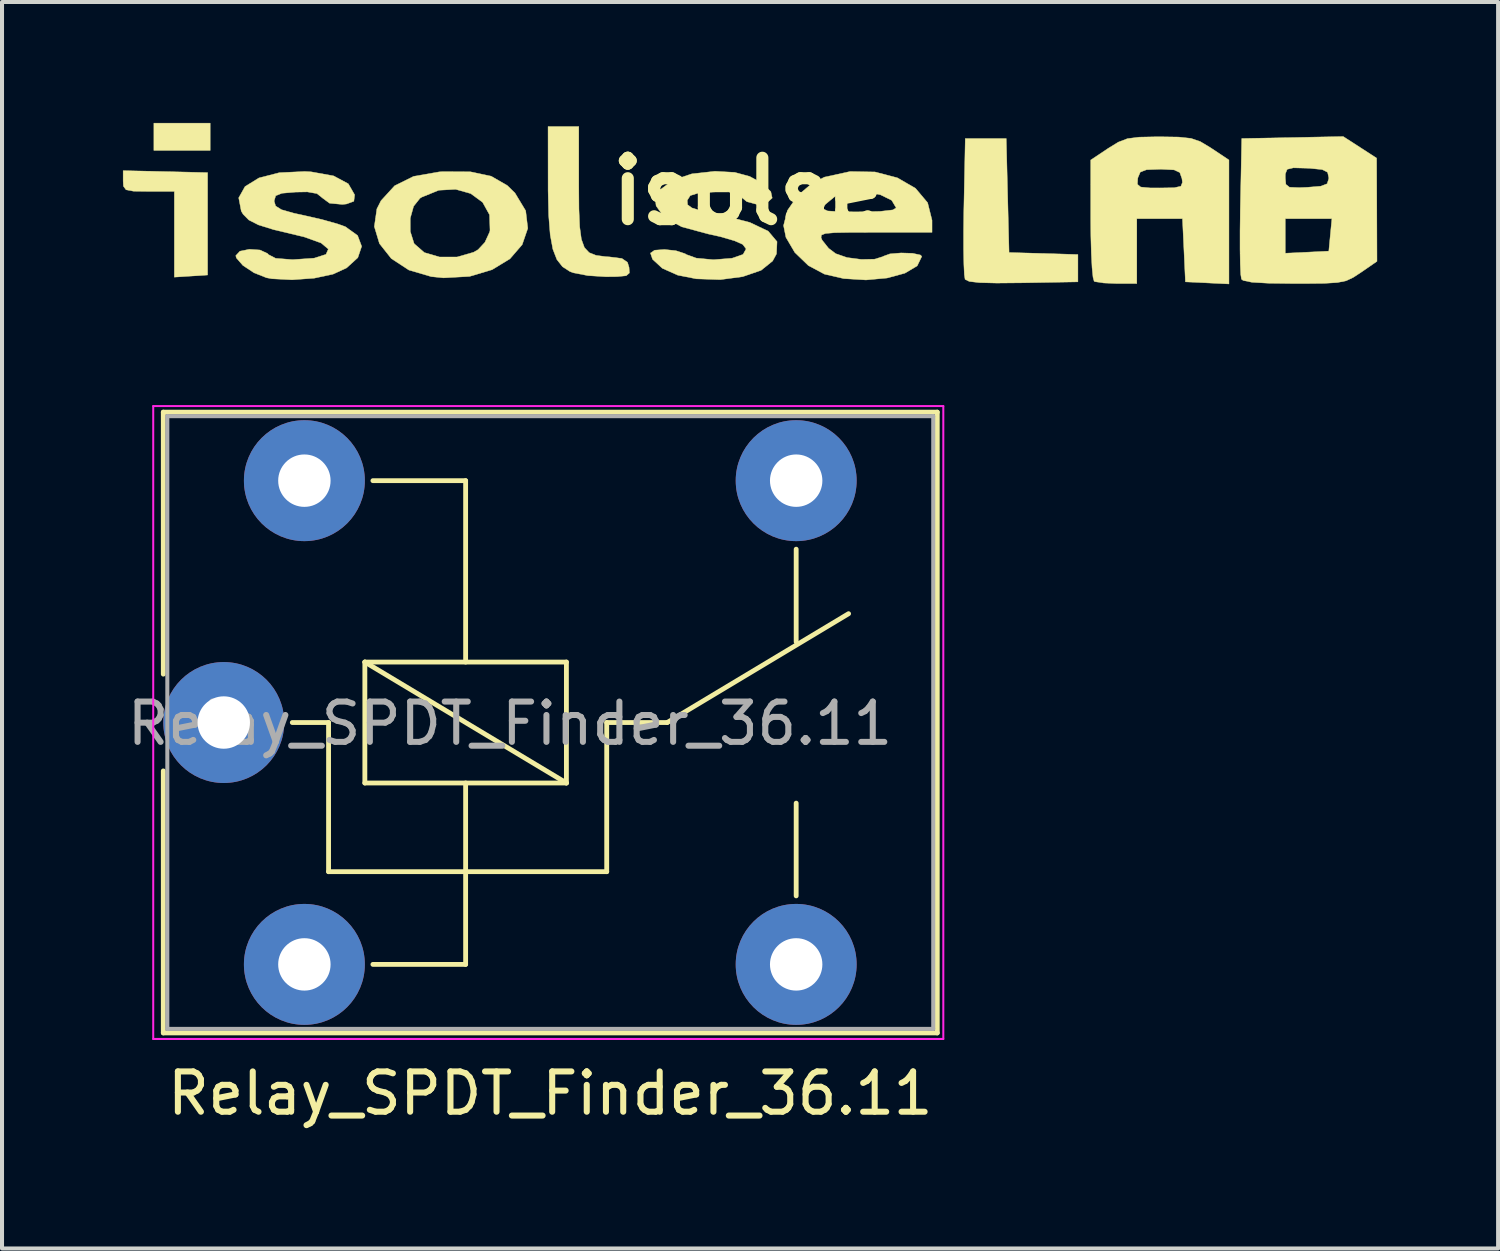
<source format=kicad_pcb>
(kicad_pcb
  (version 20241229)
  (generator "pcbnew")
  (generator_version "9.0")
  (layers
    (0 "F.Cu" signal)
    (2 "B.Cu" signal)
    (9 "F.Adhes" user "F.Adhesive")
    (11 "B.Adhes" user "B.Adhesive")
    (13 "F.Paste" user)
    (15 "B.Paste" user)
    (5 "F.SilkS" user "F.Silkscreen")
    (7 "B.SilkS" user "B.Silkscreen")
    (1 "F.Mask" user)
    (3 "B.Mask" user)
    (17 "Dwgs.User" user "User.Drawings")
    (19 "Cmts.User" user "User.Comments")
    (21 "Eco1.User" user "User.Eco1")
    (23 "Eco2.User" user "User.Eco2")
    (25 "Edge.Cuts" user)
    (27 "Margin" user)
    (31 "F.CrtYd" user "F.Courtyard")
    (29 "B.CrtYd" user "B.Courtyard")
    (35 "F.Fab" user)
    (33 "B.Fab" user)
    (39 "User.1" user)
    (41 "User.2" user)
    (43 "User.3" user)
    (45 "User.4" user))
  (footprint "isolse"
    (layer "F.Cu")
    (at 15.499 1.698)
    (property "Reference" "isolse" (at 0 0 0) (layer "F.SilkS") (effects (font (size 1.524 1.524) (thickness 0.3))))
    (attr through_hole)
    (fp_poly (pts (xy -13.335 -1.016) (xy -14.732 -1.016) (xy -14.732 -1.693) (xy -13.335 -1.693) (xy -13.335 -1.016)) (stroke (width 0.01) (type solid)) (fill yes) (layer "F.SilkS"))
    (fp_poly (pts (xy -13.399 -0.466) (xy -13.399 2.074) (xy -14.224 2.127) (xy -14.224 0) (xy -14.859 0) (xy -15.235 -0.005) (xy -15.422 -0.04) (xy -15.487 -0.129) (xy -15.494 -0.257) (xy -15.494 -0.515) (xy -13.399 -0.466)) (stroke (width 0.01) (type solid)) (fill yes) (layer "F.SilkS"))
    (fp_poly (pts (xy 6.448 0.102) (xy 6.483 1.516) (xy 7.337 1.541) (xy 8.191 1.566) (xy 8.191 2.244) (xy 6.824 2.268) (xy 6.176 2.274) (xy 5.746 2.263) (xy 5.497 2.234) (xy 5.394 2.184) (xy 5.392 2.181) (xy 5.374 2.065) (xy 5.362 1.808) (xy 5.355 1.436) (xy 5.355 0.979) (xy 5.361 0.462) (xy 5.363 0.379) (xy 5.397 -1.312) (xy 6.413 -1.312) (xy 6.448 0.102)) (stroke (width 0.01) (type solid)) (fill yes) (layer "F.SilkS"))
    (fp_poly (pts (xy -4.191 -0.143) (xy -4.187 0.439) (xy -4.169 0.874) (xy -4.127 1.185) (xy -4.052 1.392) (xy -3.934 1.519) (xy -3.763 1.587) (xy -3.531 1.618) (xy -3.429 1.625) (xy -3.121 1.664) (xy -2.983 1.759) (xy -2.944 1.884) (xy -2.935 2.023) (xy -3.014 2.092) (xy -3.24 2.114) (xy -3.519 2.117) (xy -3.963 2.089) (xy -4.326 2.019) (xy -4.412 1.987) (xy -4.595 1.868) (xy -4.734 1.691) (xy -4.834 1.433) (xy -4.9 1.075) (xy -4.938 0.596) (xy -4.952 -0.027) (xy -4.952 -0.191) (xy -4.953 -1.609) (xy -4.191 -1.609) (xy -4.191 -0.143)) (stroke (width 0.01) (type solid)) (fill yes) (layer "F.SilkS"))
    (fp_poly (pts (xy -6.878 -0.486) (xy -6.363 -0.376) (xy -5.964 -0.146) (xy -5.774 0.04) (xy -5.508 0.48) (xy -5.456 0.916) (xy -5.595 1.321) (xy -5.898 1.672) (xy -6.341 1.942) (xy -6.899 2.109) (xy -7.546 2.145) (xy -7.851 2.114) (xy -8.406 1.951) (xy -8.842 1.666) (xy -9.136 1.294) (xy -9.263 0.872) (xy -9.233 0.667) (xy -8.372 0.667) (xy -8.371 0.994) (xy -8.279 1.287) (xy -8.271 1.3) (xy -8.023 1.517) (xy -7.644 1.628) (xy -7.212 1.628) (xy -6.802 1.51) (xy -6.69 1.446) (xy -6.52 1.263) (xy -6.403 1.009) (xy -6.393 0.965) (xy -6.405 0.58) (xy -6.577 0.27) (xy -6.871 0.054) (xy -7.246 -0.052) (xy -7.663 -0.029) (xy -8.083 0.141) (xy -8.131 0.171) (xy -8.289 0.37) (xy -8.372 0.667) (xy -9.233 0.667) (xy -9.2 0.434) (xy -9.097 0.23) (xy -8.759 -0.14) (xy -8.289 -0.373) (xy -7.655 -0.484) (xy -7.558 -0.49) (xy -6.878 -0.486)) (stroke (width 0.01) (type solid)) (fill yes) (layer "F.SilkS"))
    (fp_poly (pts (xy 10.692 -1.348) (xy 10.997 -1.315) (xy 11.227 -1.236) (xy 11.471 -1.09) (xy 11.506 -1.067) (xy 11.938 -0.779) (xy 11.938 2.296) (xy 10.858 2.244) (xy 10.822 1.46) (xy 10.785 0.677) (xy 9.652 0.677) (xy 9.652 2.286) (xy 9.165 2.286) (xy 8.83 2.272) (xy 8.615 2.239) (xy 8.594 2.23) (xy 8.566 2.13) (xy 8.542 1.89) (xy 8.524 1.538) (xy 8.512 1.102) (xy 8.509 0.697) (xy 8.509 -0.176) (xy 9.667 -0.176) (xy 9.749 -0.108) (xy 9.985 -0.086) (xy 10.223 -0.085) (xy 10.58 -0.091) (xy 10.746 -0.128) (xy 10.784 -0.223) (xy 10.772 -0.318) (xy 10.719 -0.468) (xy 10.578 -0.534) (xy 10.27 -0.55) (xy 10.223 -0.55) (xy 9.893 -0.538) (xy 9.738 -0.479) (xy 9.679 -0.339) (xy 9.675 -0.318) (xy 9.667 -0.176) (xy 8.509 -0.176) (xy 8.509 -0.779) (xy 8.941 -1.067) (xy 9.193 -1.222) (xy 9.42 -1.309) (xy 9.71 -1.346) (xy 10.154 -1.355) (xy 10.223 -1.355) (xy 10.692 -1.348)) (stroke (width 0.01) (type solid)) (fill yes) (layer "F.SilkS"))
    (fp_poly (pts (xy 15.187 -1.094) (xy 15.601 -0.826) (xy 15.606 0.454) (xy 15.61 1.735) (xy 15.21 2.011) (xy 15.018 2.136) (xy 14.845 2.217) (xy 14.628 2.261) (xy 14.306 2.281) (xy 13.817 2.286) (xy 13.56 2.286) (xy 12.921 2.278) (xy 12.507 2.254) (xy 12.292 2.21) (xy 12.249 2.178) (xy 12.231 2.063) (xy 12.219 1.807) (xy 12.213 1.436) (xy 12.213 0.979) (xy 12.217 0.677) (xy 13.335 0.677) (xy 13.335 1.534) (xy 14.415 1.482) (xy 14.453 1.079) (xy 14.492 0.677) (xy 13.335 0.677) (xy 12.217 0.677) (xy 12.219 0.463) (xy 12.221 0.379) (xy 12.236 -0.339) (xy 13.335 -0.339) (xy 13.35 -0.174) (xy 13.441 -0.103) (xy 13.679 -0.093) (xy 13.875 -0.101) (xy 14.216 -0.129) (xy 14.373 -0.189) (xy 14.414 -0.312) (xy 14.415 -0.339) (xy 14.385 -0.474) (xy 14.251 -0.542) (xy 13.943 -0.573) (xy 13.875 -0.576) (xy 13.537 -0.585) (xy 13.381 -0.548) (xy 13.337 -0.434) (xy 13.335 -0.339) (xy 12.236 -0.339) (xy 12.255 -1.312) (xy 14.773 -1.361) (xy 15.187 -1.094)) (stroke (width 0.01) (type solid)) (fill yes) (layer "F.SilkS"))
    (fp_poly (pts (xy 3.157 -0.482) (xy 3.712 -0.337) (xy 4.162 -0.077) (xy 4.463 0.281) (xy 4.572 0.716) (xy 4.572 1.016) (xy 3.166 1.016) (xy 2.555 1.017) (xy 2.156 1.024) (xy 1.928 1.044) (xy 1.83 1.081) (xy 1.819 1.143) (xy 1.844 1.206) (xy 2.006 1.411) (xy 2.184 1.545) (xy 2.462 1.641) (xy 2.818 1.688) (xy 3.151 1.681) (xy 3.358 1.616) (xy 3.365 1.609) (xy 3.527 1.55) (xy 3.804 1.527) (xy 4.092 1.536) (xy 4.287 1.579) (xy 4.318 1.614) (xy 4.204 1.848) (xy 3.899 2.029) (xy 3.457 2.149) (xy 2.934 2.197) (xy 2.383 2.163) (xy 1.905 2.053) (xy 1.504 1.839) (xy 1.168 1.515) (xy 0.948 1.14) (xy 0.889 0.847) (xy 0.985 0.474) (xy 1.016 0.429) (xy 1.863 0.429) (xy 1.98 0.485) (xy 2.301 0.505) (xy 2.723 0.508) (xy 3.284 0.496) (xy 3.601 0.459) (xy 3.683 0.409) (xy 3.572 0.221) (xy 3.291 0.083) (xy 2.918 0.008) (xy 2.531 0.01) (xy 2.207 0.102) (xy 2.135 0.148) (xy 1.924 0.323) (xy 1.863 0.429) (xy 1.016 0.429) (xy 1.24 0.103) (xy 1.601 -0.204) (xy 1.903 -0.354) (xy 2.539 -0.493) (xy 3.157 -0.482)) (stroke (width 0.01) (type solid)) (fill yes) (layer "F.SilkS"))
    (fp_poly (pts (xy -0.323 -0.472) (xy 0.047 -0.372) (xy 0.368 -0.197) (xy 0.573 0.007) (xy 0.607 0.164) (xy 0.469 0.291) (xy 0.225 0.321) (xy -0.022 0.254) (xy -0.126 0.17) (xy -0.26 0.059) (xy -0.477 0.014) (xy -0.859 0.016) (xy -0.865 0.017) (xy -1.238 0.045) (xy -1.426 0.104) (xy -1.497 0.216) (xy -1.5 0.228) (xy -1.492 0.33) (xy -1.384 0.41) (xy -1.129 0.488) (xy -0.678 0.584) (xy -0.649 0.59) (xy 0.052 0.77) (xy 0.509 0.987) (xy 0.727 1.246) (xy 0.713 1.551) (xy 0.617 1.728) (xy 0.331 1.958) (xy -0.125 2.115) (xy -0.682 2.189) (xy -1.274 2.169) (xy -1.736 2.078) (xy -2.118 1.908) (xy -2.361 1.684) (xy -2.413 1.53) (xy -2.31 1.459) (xy -2.066 1.441) (xy -1.782 1.471) (xy -1.555 1.545) (xy -1.524 1.566) (xy -1.278 1.655) (xy -0.872 1.693) (xy -0.826 1.693) (xy -0.389 1.658) (xy -0.116 1.563) (xy -0.04 1.427) (xy -0.122 1.316) (xy -0.324 1.226) (xy -0.681 1.122) (xy -0.976 1.057) (xy -1.636 0.879) (xy -2.071 0.644) (xy -2.272 0.359) (xy -2.286 0.254) (xy -2.171 -0.042) (xy -1.856 -0.277) (xy -1.388 -0.435) (xy -0.813 -0.499) (xy -0.323 -0.472)) (stroke (width 0.01) (type solid)) (fill yes) (layer "F.SilkS"))
    (fp_poly (pts (xy -10.829 -0.485) (xy -10.274 -0.385) (xy -9.908 -0.189) (xy -9.751 0.085) (xy -9.771 0.245) (xy -9.953 0.312) (xy -10.056 0.323) (xy -10.374 0.293) (xy -10.541 0.17) (xy -10.686 0.054) (xy -10.925 0.012) (xy -11.216 0.017) (xy -11.555 0.046) (xy -11.71 0.108) (xy -11.747 0.233) (xy -11.748 0.242) (xy -11.711 0.363) (xy -11.566 0.454) (xy -11.256 0.542) (xy -11.015 0.594) (xy -10.562 0.698) (xy -10.167 0.809) (xy -9.983 0.875) (xy -9.678 1.094) (xy -9.577 1.363) (xy -9.672 1.644) (xy -9.952 1.899) (xy -10.287 2.053) (xy -10.754 2.153) (xy -11.303 2.193) (xy -11.801 2.167) (xy -11.938 2.142) (xy -12.248 2.019) (xy -12.524 1.836) (xy -12.685 1.651) (xy -12.7 1.594) (xy -12.598 1.484) (xy -12.363 1.436) (xy -12.099 1.454) (xy -11.911 1.541) (xy -11.892 1.566) (xy -11.711 1.66) (xy -11.305 1.692) (xy -11.275 1.692) (xy -10.754 1.656) (xy -10.462 1.562) (xy -10.404 1.431) (xy -10.582 1.281) (xy -10.999 1.131) (xy -11.176 1.088) (xy -11.755 0.95) (xy -12.138 0.831) (xy -12.376 0.71) (xy -12.519 0.565) (xy -12.564 0.489) (xy -12.627 0.159) (xy -12.47 -0.121) (xy -12.125 -0.334) (xy -11.621 -0.464) (xy -10.988 -0.494) (xy -10.829 -0.485)) (stroke (width 0.01) (type solid)) (fill yes) (layer "F.SilkS")))
  (footprint "Relay_SPDT_Finder_36.11"
    (layer "F.Cu")
    (at 2.501 14.874)
    (property "Reference" "Relay_SPDT_Finder_36.11" (at 8.1 9.2 0) (layer "F.SilkS") (effects (font (size 1 1) (thickness 0.15))))
    (attr through_hole)
    (fp_line (start -1.5 -7.7) (end -1.5 -1.2) (stroke (width 0.12) (type solid)) (layer "F.SilkS"))
    (fp_line (start -1.5 -7.7) (end 17.7 -7.7) (stroke (width 0.12) (type solid)) (layer "F.SilkS"))
    (fp_line (start -1.5 1.2) (end -1.5 7.7) (stroke (width 0.12) (type solid)) (layer "F.SilkS"))
    (fp_line (start 2.6 0) (end 1.7 0) (stroke (width 0.12) (type solid)) (layer "F.SilkS"))
    (fp_line (start 2.6 0) (end 2.6 3.7) (stroke (width 0.12) (type solid)) (layer "F.SilkS"))
    (fp_line (start 3.5 -1.5) (end 8.5 -1.5) (stroke (width 0.12) (type solid)) (layer "F.SilkS"))
    (fp_line (start 3.5 1.5) (end 3.5 -1.5) (stroke (width 0.12) (type solid)) (layer "F.SilkS"))
    (fp_line (start 3.7 6) (end 6 6) (stroke (width 0.12) (type solid)) (layer "F.SilkS"))
    (fp_line (start 6 -6) (end 3.7 -6) (stroke (width 0.12) (type solid)) (layer "F.SilkS"))
    (fp_line (start 6 -6) (end 6 -1.5) (stroke (width 0.12) (type solid)) (layer "F.SilkS"))
    (fp_line (start 6 1.5) (end 6 6) (stroke (width 0.12) (type solid)) (layer "F.SilkS"))
    (fp_line (start 8.5 -1.5) (end 8.5 1.5) (stroke (width 0.12) (type solid)) (layer "F.SilkS"))
    (fp_line (start 8.5 1.5) (end 3.5 -1.5) (stroke (width 0.12) (type solid)) (layer "F.SilkS"))
    (fp_line (start 8.5 1.5) (end 3.5 1.5) (stroke (width 0.12) (type solid)) (layer "F.SilkS"))
    (fp_line (start 9.5 0) (end 9.5 3.7) (stroke (width 0.12) (type solid)) (layer "F.SilkS"))
    (fp_line (start 9.5 0) (end 11 0) (stroke (width 0.12) (type solid)) (layer "F.SilkS"))
    (fp_line (start 9.5 3.7) (end 2.6 3.7) (stroke (width 0.12) (type solid)) (layer "F.SilkS"))
    (fp_line (start 11 0) (end 15.5 -2.7) (stroke (width 0.12) (type solid)) (layer "F.SilkS"))
    (fp_line (start 14.2 -4.3) (end 14.2 -2) (stroke (width 0.12) (type solid)) (layer "F.SilkS"))
    (fp_line (start 14.2 4.3) (end 14.2 2) (stroke (width 0.12) (type solid)) (layer "F.SilkS"))
    (fp_line (start 17.7 -7.7) (end 17.7 7.7) (stroke (width 0.12) (type solid)) (layer "F.SilkS"))
    (fp_line (start 17.7 7.7) (end -1.5 7.7) (stroke (width 0.12) (type solid)) (layer "F.SilkS"))
    (fp_line (start -1.75 7.85) (end -1.75 -7.85) (stroke (width 0.05) (type solid)) (layer "F.CrtYd"))
    (fp_line (start -1.75 7.85) (end 17.85 7.85) (stroke (width 0.05) (type solid)) (layer "F.CrtYd"))
    (fp_line (start 17.85 -7.85) (end -1.75 -7.85) (stroke (width 0.05) (type solid)) (layer "F.CrtYd"))
    (fp_line (start 17.85 -7.85) (end 17.85 7.85) (stroke (width 0.05) (type solid)) (layer "F.CrtYd"))
    (fp_line (start -1.4 -7.6) (end 17.6 -7.6) (stroke (width 0.1) (type solid)) (layer "F.Fab"))
    (fp_line (start -1.4 7.6) (end -1.4 -7.6) (stroke (width 0.1) (type solid)) (layer "F.Fab"))
    (fp_line (start 17.6 -7.6) (end 17.6 7.6) (stroke (width 0.1) (type solid)) (layer "F.Fab"))
    (fp_line (start 17.6 7.6) (end -1.4 7.6) (stroke (width 0.1) (type solid)) (layer "F.Fab"))
    (fp_text user "${REFERENCE}" (at 7.1 0.025 0) (layer "F.Fab") (effects (font (size 1 1) (thickness 0.15))))
    (pad "11" thru_hole circle (at 0 0) (size 3 3) (drill 1.3) (layers "*.Cu" "*.Mask"))
    (pad "12" thru_hole circle (at 14.2 -6) (size 3 3) (drill 1.3) (layers "*.Cu" "*.Mask"))
    (pad "14" thru_hole circle (at 14.2 6) (size 3 3) (drill 1.3) (layers "*.Cu" "*.Mask"))
    (pad "A1" thru_hole circle (at 2 6) (size 3 3) (drill 1.3) (layers "*.Cu" "*.Mask"))
    (pad "A2" thru_hole circle (at 2 -6) (size 3 3) (drill 1.3) (layers "*.Cu" "*.Mask")))
  (gr_rect
    (start -3 -3)
    (end 34.114 27.922)
    (stroke (width 0.1) (type default))
    (fill no)
    (layer "Edge.Cuts")))
</source>
